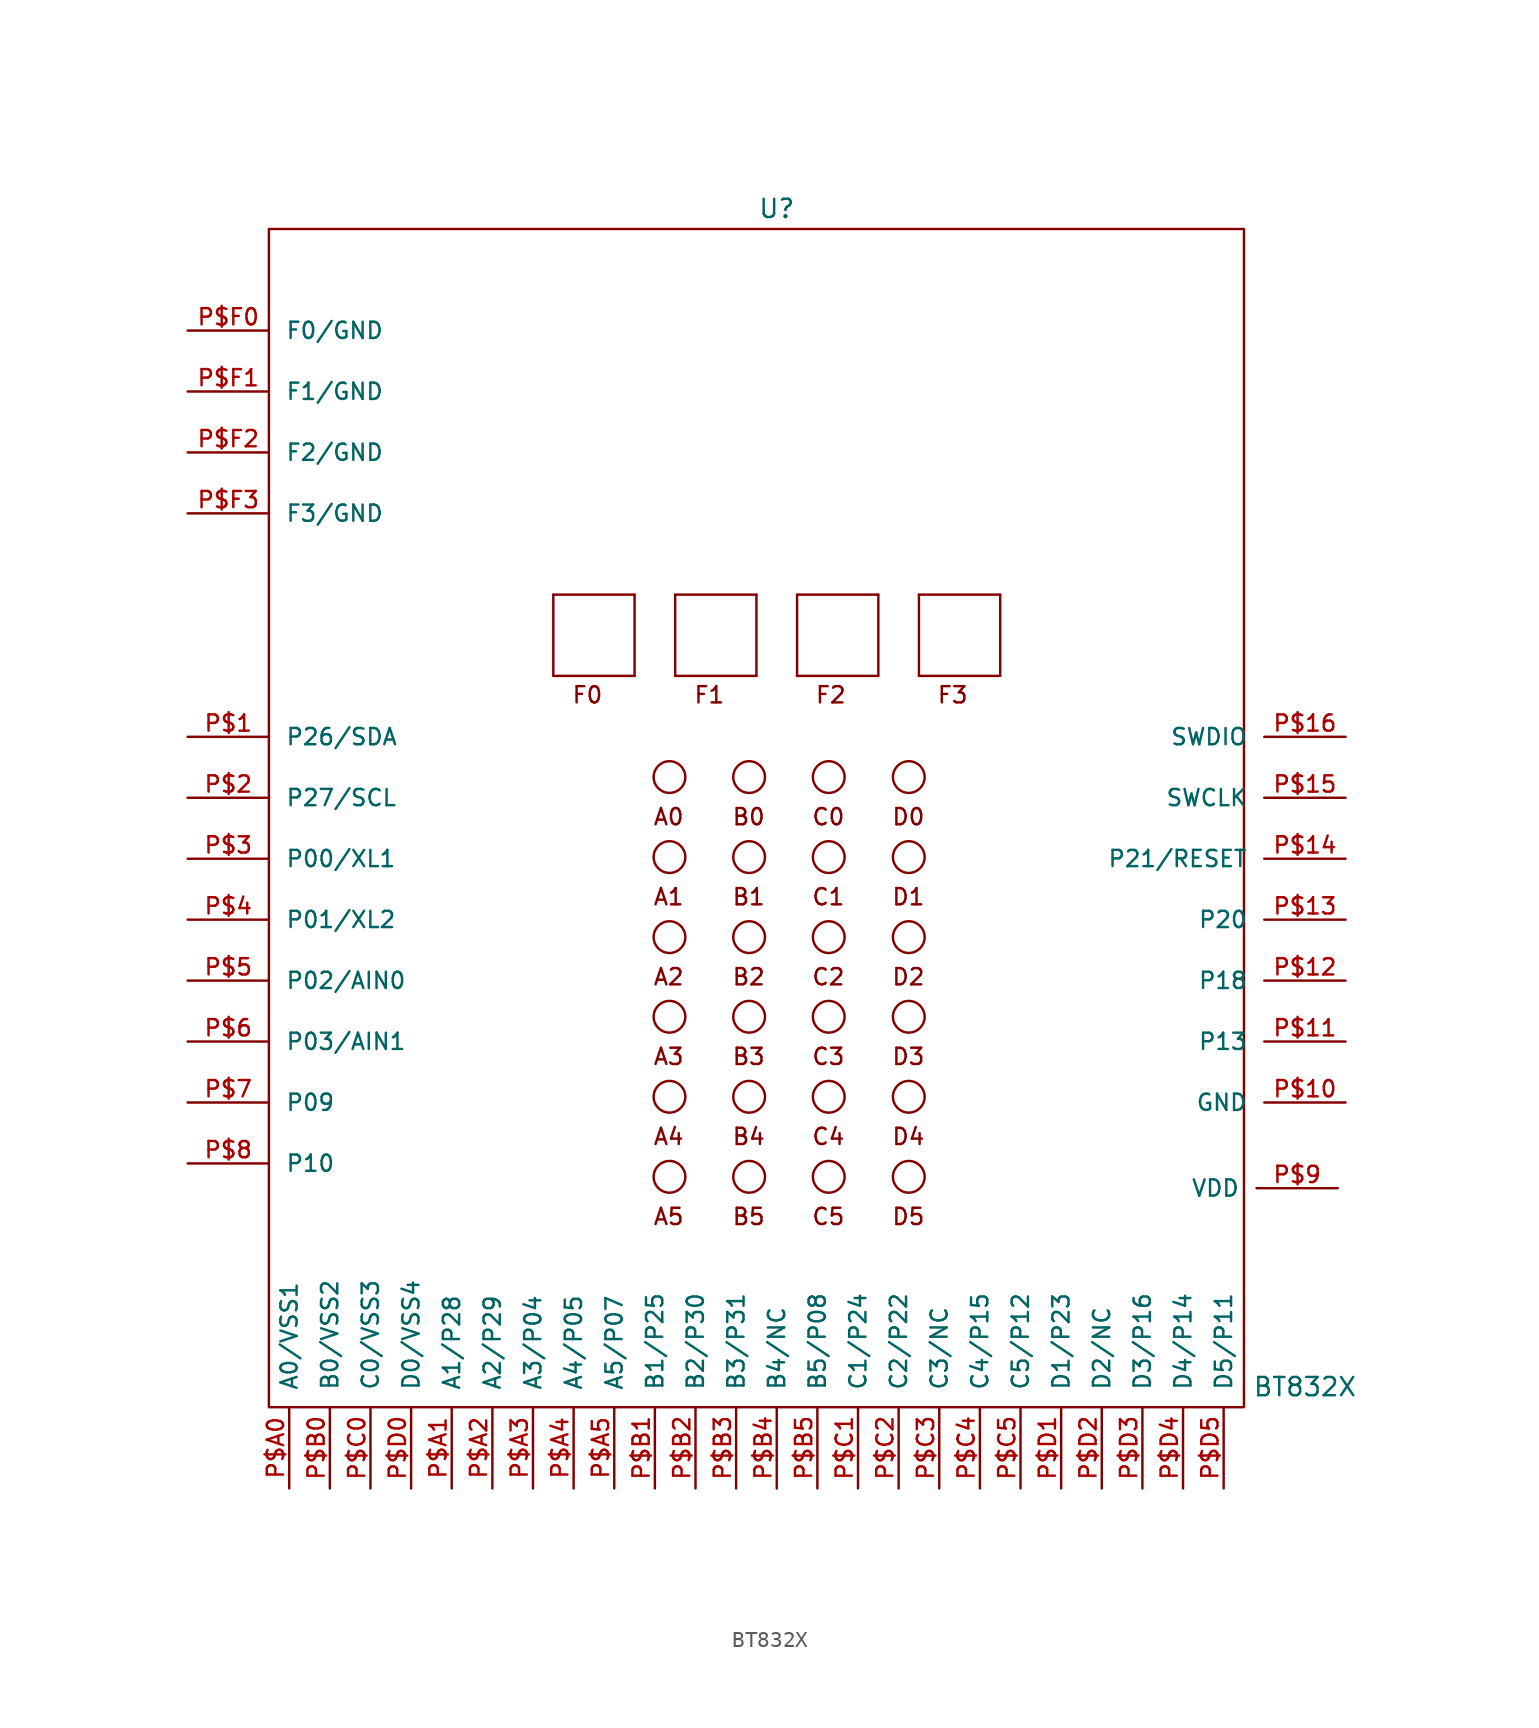
<source format=kicad_sym>
(kicad_symbol_lib
  (version 20211014)
  (generator kicad_symbol_editor)
  (symbol "BT832X"
    (pin_names
      (offset 1.016))
    (property "Reference" "U"
      (at 0 48.26 0)
      (effects (font (size 1.143 1.143))))
    (property "Value" "BT832X"
      (at 33.02 -25.4 0)
      (effects (font (size 1.143 1.143))))
    (property "ki_locked" ""
      (at 0 0 0)
      (effects (font (size 1.27 1.27))))
    (symbol "BT832X_0_1"
      (rectangle (start -31.75 46.99) (end 29.21 -26.67) (stroke (width 0) (type default) (color 0 0 0 0)) (fill (type none))))
    (symbol "BT832X_1_0"
      (polyline (pts (xy -13.97 19.05) (xy -13.97 24.13)) (stroke (width 0) (type default) (color 0 0 0 0)) (fill (type none)))
      (polyline (pts (xy -13.97 24.13) (xy -8.89 24.13)) (stroke (width 0) (type default) (color 0 0 0 0)) (fill (type none)))
      (polyline (pts (xy -8.89 19.05) (xy -13.97 19.05)) (stroke (width 0) (type default) (color 0 0 0 0)) (fill (type none)))
      (polyline (pts (xy -8.89 24.13) (xy -8.89 19.05)) (stroke (width 0) (type default) (color 0 0 0 0)) (fill (type none)))
      (polyline (pts (xy -6.35 19.05) (xy -6.35 24.13)) (stroke (width 0) (type default) (color 0 0 0 0)) (fill (type none)))
      (polyline (pts (xy -6.35 24.13) (xy -1.27 24.13)) (stroke (width 0) (type default) (color 0 0 0 0)) (fill (type none)))
      (polyline (pts (xy -1.27 19.05) (xy -6.35 19.05)) (stroke (width 0) (type default) (color 0 0 0 0)) (fill (type none)))
      (polyline (pts (xy -1.27 24.13) (xy -1.27 19.05)) (stroke (width 0) (type default) (color 0 0 0 0)) (fill (type none)))
      (polyline (pts (xy 1.27 19.05) (xy 1.27 24.13)) (stroke (width 0) (type default) (color 0 0 0 0)) (fill (type none)))
      (polyline (pts (xy 1.27 24.13) (xy 6.35 24.13)) (stroke (width 0) (type default) (color 0 0 0 0)) (fill (type none)))
      (polyline (pts (xy 6.35 19.05) (xy 1.27 19.05)) (stroke (width 0) (type default) (color 0 0 0 0)) (fill (type none)))
      (polyline (pts (xy 6.35 24.13) (xy 6.35 19.05)) (stroke (width 0) (type default) (color 0 0 0 0)) (fill (type none)))
      (polyline (pts (xy 8.89 19.05) (xy 8.89 24.13)) (stroke (width 0) (type default) (color 0 0 0 0)) (fill (type none)))
      (polyline (pts (xy 8.89 24.13) (xy 13.97 24.13)) (stroke (width 0) (type default) (color 0 0 0 0)) (fill (type none)))
      (polyline (pts (xy 13.97 19.05) (xy 8.89 19.05)) (stroke (width 0) (type default) (color 0 0 0 0)) (fill (type none)))
      (polyline (pts (xy 13.97 24.13) (xy 13.97 19.05)) (stroke (width 0) (type default) (color 0 0 0 0)) (fill (type none)))
      (text "A0" (at -6.756 10.236 0) (effects (font (size 1.016 1.016))))
      (text "A1" (at -6.756 5.232 0) (effects (font (size 1.016 1.016))))
      (text "A2" (at -6.756 0.229 0) (effects (font (size 1.016 1.016))))
      (text "A3" (at -6.756 -4.75 0) (effects (font (size 1.016 1.016))))
      (text "A4" (at -6.756 -9.754 0) (effects (font (size 1.016 1.016))))
      (text "A5" (at -6.756 -14.757 0) (effects (font (size 1.016 1.016))))
      (text "B0" (at -1.753 10.236 0) (effects (font (size 1.016 1.016))))
      (text "B1" (at -1.753 5.232 0) (effects (font (size 1.016 1.016))))
      (text "B2" (at -1.753 0.229 0) (effects (font (size 1.016 1.016))))
      (text "B3" (at -1.753 -4.75 0) (effects (font (size 1.016 1.016))))
      (text "B4" (at -1.753 -9.754 0) (effects (font (size 1.016 1.016))))
      (text "B5" (at -1.753 -14.757 0) (effects (font (size 1.016 1.016))))
      (text "C0" (at 3.226 10.236 0) (effects (font (size 1.016 1.016))))
      (text "C1" (at 3.226 5.232 0) (effects (font (size 1.016 1.016))))
      (text "C2" (at 3.226 0.229 0) (effects (font (size 1.016 1.016))))
      (text "C3" (at 3.226 -4.75 0) (effects (font (size 1.016 1.016))))
      (text "C4" (at 3.226 -9.754 0) (effects (font (size 1.016 1.016))))
      (text "C5" (at 3.226 -14.757 0) (effects (font (size 1.016 1.016))))
      (text "D0" (at 8.23 10.236 0) (effects (font (size 1.016 1.016))))
      (text "D1" (at 8.23 5.232 0) (effects (font (size 1.016 1.016))))
      (text "D2" (at 8.23 0.229 0) (effects (font (size 1.016 1.016))))
      (text "D3" (at 8.23 -4.75 0) (effects (font (size 1.016 1.016))))
      (text "D4" (at 8.23 -9.754 0) (effects (font (size 1.016 1.016))))
      (text "D5" (at 8.23 -14.757 0) (effects (font (size 1.016 1.016))))
      (text "F0" (at -11.836 17.856 0) (effects (font (size 1.016 1.016))))
      (text "F1" (at -4.216 17.856 0) (effects (font (size 1.016 1.016))))
      (text "F2" (at 3.378 17.856 0) (effects (font (size 1.016 1.016))))
      (text "F3" (at 10.998 17.856 0) (effects (font (size 1.016 1.016)))))
    (symbol "BT832X_1_1"
      (circle (center -6.706 -12.268) (radius 0.991) (stroke (width 0) (type default) (color 0 0 0 0)) (fill (type none)))
      (circle (center -6.706 -7.264) (radius 0.991) (stroke (width 0) (type default) (color 0 0 0 0)) (fill (type none)))
      (circle (center -6.706 -2.261) (radius 0.991) (stroke (width 0) (type default) (color 0 0 0 0)) (fill (type none)))
      (circle (center -6.706 2.718) (radius 0.991) (stroke (width 0) (type default) (color 0 0 0 0)) (fill (type none)))
      (circle (center -6.706 7.722) (radius 0.991) (stroke (width 0) (type default) (color 0 0 0 0)) (fill (type none)))
      (circle (center -6.706 12.725) (radius 0.991) (stroke (width 0) (type default) (color 0 0 0 0)) (fill (type none)))
      (circle (center -1.727 -12.268) (radius 0.991) (stroke (width 0) (type default) (color 0 0 0 0)) (fill (type none)))
      (circle (center -1.727 -7.264) (radius 0.991) (stroke (width 0) (type default) (color 0 0 0 0)) (fill (type none)))
      (circle (center -1.727 -2.261) (radius 0.991) (stroke (width 0) (type default) (color 0 0 0 0)) (fill (type none)))
      (circle (center -1.727 2.718) (radius 0.991) (stroke (width 0) (type default) (color 0 0 0 0)) (fill (type none)))
      (circle (center -1.727 7.722) (radius 0.991) (stroke (width 0) (type default) (color 0 0 0 0)) (fill (type none)))
      (circle (center -1.727 12.725) (radius 0.991) (stroke (width 0) (type default) (color 0 0 0 0)) (fill (type none)))
      (circle (center 3.251 -12.268) (radius 0.991) (stroke (width 0) (type default) (color 0 0 0 0)) (fill (type none)))
      (circle (center 3.251 -7.264) (radius 0.991) (stroke (width 0) (type default) (color 0 0 0 0)) (fill (type none)))
      (circle (center 3.251 -2.261) (radius 0.991) (stroke (width 0) (type default) (color 0 0 0 0)) (fill (type none)))
      (circle (center 3.251 2.718) (radius 0.991) (stroke (width 0) (type default) (color 0 0 0 0)) (fill (type none)))
      (circle (center 3.251 7.722) (radius 0.991) (stroke (width 0) (type default) (color 0 0 0 0)) (fill (type none)))
      (circle (center 3.251 12.725) (radius 0.991) (stroke (width 0) (type default) (color 0 0 0 0)) (fill (type none)))
      (circle (center 8.255 -12.268) (radius 0.991) (stroke (width 0) (type default) (color 0 0 0 0)) (fill (type none)))
      (circle (center 8.255 -7.264) (radius 0.991) (stroke (width 0) (type default) (color 0 0 0 0)) (fill (type none)))
      (circle (center 8.255 -2.261) (radius 0.991) (stroke (width 0) (type default) (color 0 0 0 0)) (fill (type none)))
      (circle (center 8.255 2.718) (radius 0.991) (stroke (width 0) (type default) (color 0 0 0 0)) (fill (type none)))
      (circle (center 8.255 7.722) (radius 0.991) (stroke (width 0) (type default) (color 0 0 0 0)) (fill (type none)))
      (circle (center 8.255 12.725) (radius 0.991) (stroke (width 0) (type default) (color 0 0 0 0)) (fill (type none)))
      (pin bidirectional line (at -36.83 15.24 0) (length 5.08) (name "P26/SDA" (effects (font (size 1.016 1.016)))) (number "P$1" (effects (font (size 1.016 1.016)))))
      (pin bidirectional line (at 35.56 -7.62 180) (length 5.08) (name "GND" (effects (font (size 1.016 1.016)))) (number "P$10" (effects (font (size 1.016 1.016)))))
      (pin bidirectional line (at 35.56 -3.81 180) (length 5.08) (name "P13" (effects (font (size 1.016 1.016)))) (number "P$11" (effects (font (size 1.016 1.016)))))
      (pin bidirectional line (at 35.56 0 180) (length 5.08) (name "P18" (effects (font (size 1.016 1.016)))) (number "P$12" (effects (font (size 1.016 1.016)))))
      (pin bidirectional line (at 35.56 3.81 180) (length 5.08) (name "P20" (effects (font (size 1.016 1.016)))) (number "P$13" (effects (font (size 1.016 1.016)))))
      (pin bidirectional line (at 35.56 7.62 180) (length 5.08) (name "P21/RESET" (effects (font (size 1.016 1.016)))) (number "P$14" (effects (font (size 1.016 1.016)))))
      (pin bidirectional line (at 35.56 11.43 180) (length 5.08) (name "SWCLK" (effects (font (size 1.016 1.016)))) (number "P$15" (effects (font (size 1.016 1.016)))))
      (pin bidirectional line (at 35.56 15.24 180) (length 5.08) (name "SWDIO" (effects (font (size 1.016 1.016)))) (number "P$16" (effects (font (size 1.016 1.016)))))
      (pin bidirectional line (at -36.83 11.43 0) (length 5.08) (name "P27/SCL" (effects (font (size 1.016 1.016)))) (number "P$2" (effects (font (size 1.016 1.016)))))
      (pin bidirectional line (at -36.83 7.62 0) (length 5.08) (name "P00/XL1" (effects (font (size 1.016 1.016)))) (number "P$3" (effects (font (size 1.016 1.016)))))
      (pin bidirectional line (at -36.83 3.81 0) (length 5.08) (name "P01/XL2" (effects (font (size 1.016 1.016)))) (number "P$4" (effects (font (size 1.016 1.016)))))
      (pin bidirectional line (at -36.83 0 0) (length 5.08) (name "P02/AIN0" (effects (font (size 1.016 1.016)))) (number "P$5" (effects (font (size 1.016 1.016)))))
      (pin bidirectional line (at -36.83 -3.81 0) (length 5.08) (name "P03/AIN1" (effects (font (size 1.016 1.016)))) (number "P$6" (effects (font (size 1.016 1.016)))))
      (pin bidirectional line (at -36.83 -7.62 0) (length 5.08) (name "P09" (effects (font (size 1.016 1.016)))) (number "P$7" (effects (font (size 1.016 1.016)))))
      (pin bidirectional line (at -36.83 -11.43 0) (length 5.08) (name "P10" (effects (font (size 1.016 1.016)))) (number "P$8" (effects (font (size 1.016 1.016)))))
      (pin bidirectional line (at 35.077 -12.979 180) (length 5.08) (name "VDD" (effects (font (size 1.016 1.016)))) (number "P$9" (effects (font (size 1.016 1.016)))))
      (pin bidirectional line (at -30.48 -31.75 90) (length 5.08) (name "A0/VSS1" (effects (font (size 1.016 1.016)))) (number "P$A0" (effects (font (size 1.016 1.016)))))
      (pin bidirectional line (at -20.32 -31.75 90) (length 5.08) (name "A1/P28" (effects (font (size 1.016 1.016)))) (number "P$A1" (effects (font (size 1.016 1.016)))))
      (pin bidirectional line (at -17.78 -31.75 90) (length 5.08) (name "A2/P29" (effects (font (size 1.016 1.016)))) (number "P$A2" (effects (font (size 1.016 1.016)))))
      (pin bidirectional line (at -15.24 -31.75 90) (length 5.08) (name "A3/P04" (effects (font (size 1.016 1.016)))) (number "P$A3" (effects (font (size 1.016 1.016)))))
      (pin bidirectional line (at -12.7 -31.75 90) (length 5.08) (name "A4/P05" (effects (font (size 1.016 1.016)))) (number "P$A4" (effects (font (size 1.016 1.016)))))
      (pin bidirectional line (at -10.16 -31.75 90) (length 5.08) (name "A5/P07" (effects (font (size 1.016 1.016)))) (number "P$A5" (effects (font (size 1.016 1.016)))))
      (pin bidirectional line (at -27.94 -31.75 90) (length 5.08) (name "B0/VSS2" (effects (font (size 1.016 1.016)))) (number "P$B0" (effects (font (size 1.016 1.016)))))
      (pin bidirectional line (at -7.62 -31.75 90) (length 5.08) (name "B1/P25" (effects (font (size 1.016 1.016)))) (number "P$B1" (effects (font (size 1.016 1.016)))))
      (pin bidirectional line (at -5.08 -31.75 90) (length 5.08) (name "B2/P30" (effects (font (size 1.016 1.016)))) (number "P$B2" (effects (font (size 1.016 1.016)))))
      (pin bidirectional line (at -2.54 -31.75 90) (length 5.08) (name "B3/P31" (effects (font (size 1.016 1.016)))) (number "P$B3" (effects (font (size 1.016 1.016)))))
      (pin bidirectional line (at 0 -31.75 90) (length 5.08) (name "B4/NC" (effects (font (size 1.016 1.016)))) (number "P$B4" (effects (font (size 1.016 1.016)))))
      (pin bidirectional line (at 2.54 -31.75 90) (length 5.08) (name "B5/P08" (effects (font (size 1.016 1.016)))) (number "P$B5" (effects (font (size 1.016 1.016)))))
      (pin bidirectional line (at -25.4 -31.75 90) (length 5.08) (name "C0/VSS3" (effects (font (size 1.016 1.016)))) (number "P$C0" (effects (font (size 1.016 1.016)))))
      (pin bidirectional line (at 5.08 -31.75 90) (length 5.08) (name "C1/P24" (effects (font (size 1.016 1.016)))) (number "P$C1" (effects (font (size 1.016 1.016)))))
      (pin bidirectional line (at 7.62 -31.75 90) (length 5.08) (name "C2/P22" (effects (font (size 1.016 1.016)))) (number "P$C2" (effects (font (size 1.016 1.016)))))
      (pin bidirectional line (at 10.16 -31.75 90) (length 5.08) (name "C3/NC" (effects (font (size 1.016 1.016)))) (number "P$C3" (effects (font (size 1.016 1.016)))))
      (pin bidirectional line (at 12.7 -31.75 90) (length 5.08) (name "C4/P15" (effects (font (size 1.016 1.016)))) (number "P$C4" (effects (font (size 1.016 1.016)))))
      (pin bidirectional line (at 15.24 -31.75 90) (length 5.08) (name "C5/P12" (effects (font (size 1.016 1.016)))) (number "P$C5" (effects (font (size 1.016 1.016)))))
      (pin bidirectional line (at -22.86 -31.75 90) (length 5.08) (name "D0/VSS4" (effects (font (size 1.016 1.016)))) (number "P$D0" (effects (font (size 1.016 1.016)))))
      (pin bidirectional line (at 17.78 -31.75 90) (length 5.08) (name "D1/P23" (effects (font (size 1.016 1.016)))) (number "P$D1" (effects (font (size 1.016 1.016)))))
      (pin bidirectional line (at 20.32 -31.75 90) (length 5.08) (name "D2/NC" (effects (font (size 1.016 1.016)))) (number "P$D2" (effects (font (size 1.016 1.016)))))
      (pin bidirectional line (at 22.86 -31.75 90) (length 5.08) (name "D3/P16" (effects (font (size 1.016 1.016)))) (number "P$D3" (effects (font (size 1.016 1.016)))))
      (pin bidirectional line (at 25.4 -31.75 90) (length 5.08) (name "D4/P14" (effects (font (size 1.016 1.016)))) (number "P$D4" (effects (font (size 1.016 1.016)))))
      (pin bidirectional line (at 27.94 -31.75 90) (length 5.08) (name "D5/P11" (effects (font (size 1.016 1.016)))) (number "P$D5" (effects (font (size 1.016 1.016)))))
      (pin bidirectional line (at -36.83 40.64 0) (length 5.08) (name "F0/GND" (effects (font (size 1.016 1.016)))) (number "P$F0" (effects (font (size 1.016 1.016)))))
      (pin bidirectional line (at -36.83 36.83 0) (length 5.08) (name "F1/GND" (effects (font (size 1.016 1.016)))) (number "P$F1" (effects (font (size 1.016 1.016)))))
      (pin bidirectional line (at -36.83 33.02 0) (length 5.08) (name "F2/GND" (effects (font (size 1.016 1.016)))) (number "P$F2" (effects (font (size 1.016 1.016)))))
      (pin bidirectional line (at -36.83 29.21 0) (length 5.08) (name "F3/GND" (effects (font (size 1.016 1.016)))) (number "P$F3" (effects (font (size 1.016 1.016))))))))
</source>
